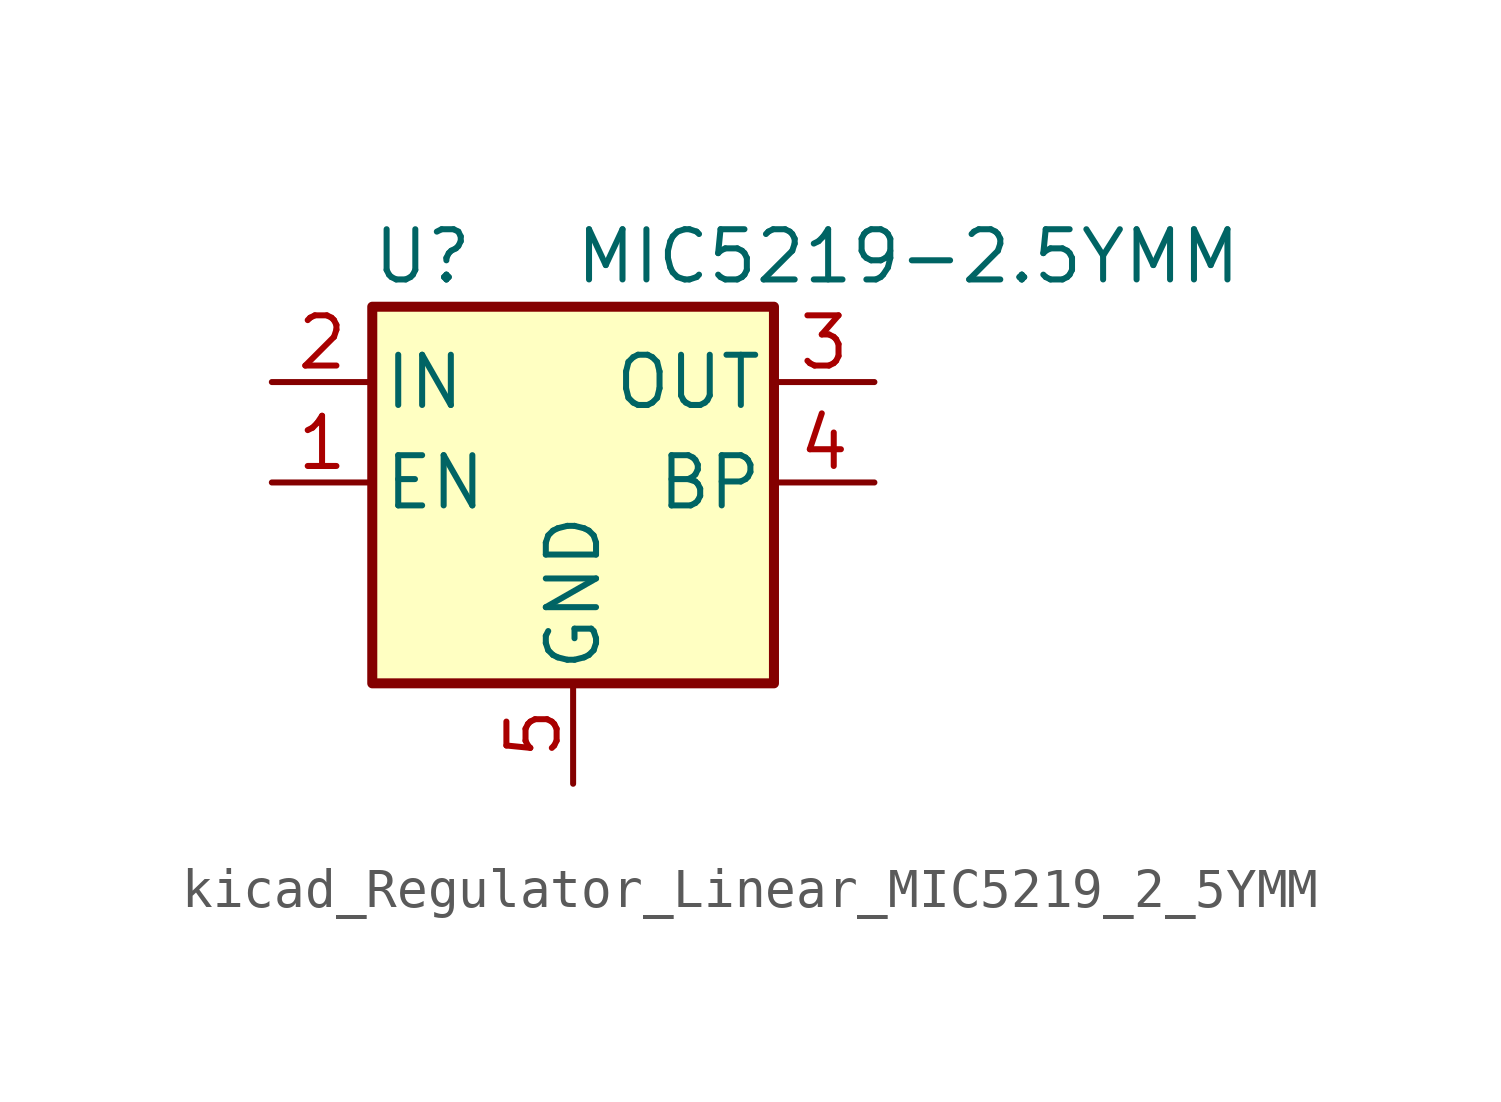
<source format=kicad_sym>
(kicad_symbol_lib
  (version 20220914)
  (generator kicad_symbol_editor)
  (symbol "kicad_Regulator_Linear_MIC5219_2_5YMM"
    (pin_names
      (offset 0.254))
    (property "Reference" "U"
      (at -3.81 5.715 0)
      (effects (font (size 1.27 1.27))))
    (property "Value" "MIC5219-2.5YMM"
      (at 0 5.715 0)
      (effects (font (size 1.27 1.27)) (justify left)))
    (symbol "kicad_Regulator_Linear_MIC5219_2_5YMM_0_1"
      (rectangle (start -5.08 4.445) (end 5.08 -5.08) (stroke (width 0.254) (type default)) (fill (type background))))
    (symbol "kicad_Regulator_Linear_MIC5219_2_5YMM_1_1"
      (pin input line (at -7.62 0 0) (length 2.54) (name "EN" (effects (font (size 1.27 1.27)))) (number "1" (effects (font (size 1.27 1.27)))))
      (pin power_in line (at -7.62 2.54 0) (length 2.54) (name "IN" (effects (font (size 1.27 1.27)))) (number "2" (effects (font (size 1.27 1.27)))))
      (pin power_out line (at 7.62 2.54 180) (length 2.54) (name "OUT" (effects (font (size 1.27 1.27)))) (number "3" (effects (font (size 1.27 1.27)))))
      (pin input line (at 7.62 0 180) (length 2.54) (name "BP" (effects (font (size 1.27 1.27)))) (number "4" (effects (font (size 1.27 1.27)))))
      (pin power_in line (at 0 -7.62 90) (length 2.54) (name "GND" (effects (font (size 1.27 1.27)))) (number "5" (effects (font (size 1.27 1.27)))))
      (pin passive line (at 0 -7.62 90) (length 2.54) hide (name "GND" (effects (font (size 1.27 1.27)))) (number "6" (effects (font (size 1.27 1.27)))))
      (pin passive line (at 0 -7.62 90) (length 2.54) hide (name "GND" (effects (font (size 1.27 1.27)))) (number "7" (effects (font (size 1.27 1.27)))))
      (pin passive line (at 0 -7.62 90) (length 2.54) hide (name "GND" (effects (font (size 1.27 1.27)))) (number "8" (effects (font (size 1.27 1.27))))))))
</source>
